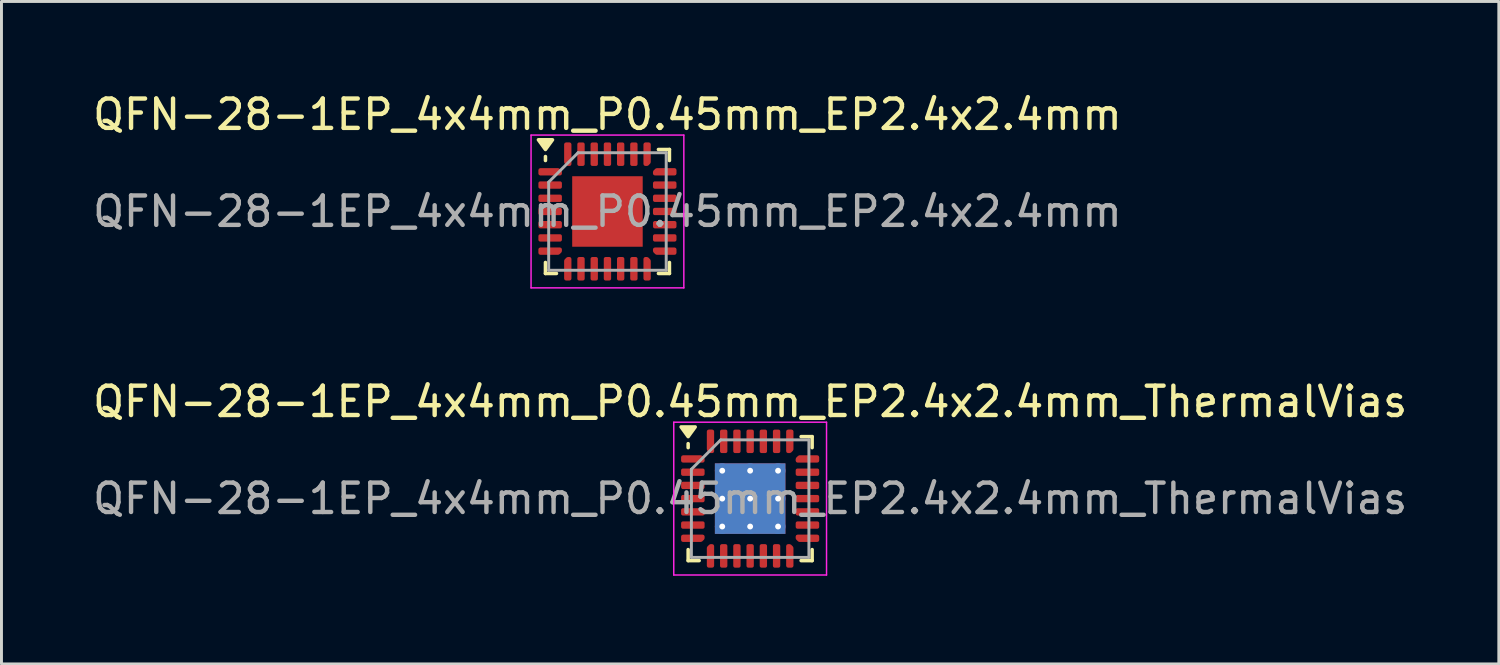
<source format=kicad_pcb>
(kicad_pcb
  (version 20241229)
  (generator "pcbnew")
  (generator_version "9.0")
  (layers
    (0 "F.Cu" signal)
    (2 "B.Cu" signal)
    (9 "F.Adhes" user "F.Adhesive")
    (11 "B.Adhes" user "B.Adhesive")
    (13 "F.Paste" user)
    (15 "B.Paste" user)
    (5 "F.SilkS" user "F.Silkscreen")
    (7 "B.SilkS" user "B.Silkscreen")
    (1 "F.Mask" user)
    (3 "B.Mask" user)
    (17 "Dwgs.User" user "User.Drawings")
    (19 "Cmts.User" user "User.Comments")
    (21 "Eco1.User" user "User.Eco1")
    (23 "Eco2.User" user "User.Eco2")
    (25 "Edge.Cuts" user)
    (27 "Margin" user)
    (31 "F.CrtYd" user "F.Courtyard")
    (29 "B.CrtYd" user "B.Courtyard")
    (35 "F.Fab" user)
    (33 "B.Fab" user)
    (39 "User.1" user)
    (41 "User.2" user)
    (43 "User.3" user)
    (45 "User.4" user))
  (footprint "QFN-28-1EP_4x4mm_P0.45mm_EP2.4x2.4mm"
    (layer "F.Cu")
    (at 17.625 4.148)
    (property "Reference" "QFN-28-1EP_4x4mm_P0.45mm_EP2.4x2.4mm" (at 0 -3.3 0) (layer "F.SilkS") (effects (font (size 1 1) (thickness 0.15))))
    (attr smd)
    (fp_line (start -2.11 -1.735) (end -2.11 -1.87) (stroke (width 0.12) (type solid)) (layer "F.SilkS"))
    (fp_line (start -2.11 2.11) (end -2.11 1.735) (stroke (width 0.12) (type solid)) (layer "F.SilkS"))
    (fp_line (start -1.735 2.11) (end -2.11 2.11) (stroke (width 0.12) (type solid)) (layer "F.SilkS"))
    (fp_line (start 1.735 -2.11) (end 2.11 -2.11) (stroke (width 0.12) (type solid)) (layer "F.SilkS"))
    (fp_line (start 1.735 2.11) (end 2.11 2.11) (stroke (width 0.12) (type solid)) (layer "F.SilkS"))
    (fp_line (start 2.11 -2.11) (end 2.11 -1.735) (stroke (width 0.12) (type solid)) (layer "F.SilkS"))
    (fp_line (start 2.11 2.11) (end 2.11 1.735) (stroke (width 0.12) (type solid)) (layer "F.SilkS"))
    (fp_poly (pts (xy -2.11 -2.11) (xy -2.35 -2.44) (xy -1.87 -2.44) (xy -2.11 -2.11)) (stroke (width 0.12) (type solid)) (fill yes) (layer "F.SilkS"))
    (fp_line (start -2.6 -2.6) (end -2.6 2.6) (stroke (width 0.05) (type solid)) (layer "F.CrtYd"))
    (fp_line (start -2.6 2.6) (end 2.6 2.6) (stroke (width 0.05) (type solid)) (layer "F.CrtYd"))
    (fp_line (start 2.6 -2.6) (end -2.6 -2.6) (stroke (width 0.05) (type solid)) (layer "F.CrtYd"))
    (fp_line (start 2.6 2.6) (end 2.6 -2.6) (stroke (width 0.05) (type solid)) (layer "F.CrtYd"))
    (fp_line (start -2 -1) (end -1 -2) (stroke (width 0.1) (type solid)) (layer "F.Fab"))
    (fp_line (start -2 2) (end -2 -1) (stroke (width 0.1) (type solid)) (layer "F.Fab"))
    (fp_line (start -1 -2) (end 2 -2) (stroke (width 0.1) (type solid)) (layer "F.Fab"))
    (fp_line (start 2 -2) (end 2 2) (stroke (width 0.1) (type solid)) (layer "F.Fab"))
    (fp_line (start 2 2) (end -2 2) (stroke (width 0.1) (type solid)) (layer "F.Fab"))
    (fp_text user "${REFERENCE}" (at 0 0 0) (layer "F.Fab") (effects (font (size 1 1) (thickness 0.15))))
    (pad "" smd roundrect (at -0.6 -0.6) (size 0.97 0.97) (layers "F.Paste") (roundrect_rratio 0.25))
    (pad "" smd roundrect (at -0.6 0.6) (size 0.97 0.97) (layers "F.Paste") (roundrect_rratio 0.25))
    (pad "" smd roundrect (at 0.6 -0.6) (size 0.97 0.97) (layers "F.Paste") (roundrect_rratio 0.25))
    (pad "" smd roundrect (at 0.6 0.6) (size 0.97 0.97) (layers "F.Paste") (roundrect_rratio 0.25))
    (pad "1" smd custom (at -1.95 -1.35) (size 0.179 0.179) (layers "F.Cu" "F.Mask" "F.Paste") (options (anchor circle)) (primitives (gr_poly (pts (xy -0.338 -0.062) (xy 0.274 -0.062) (xy 0.338 0.001) (xy 0.338 0.062) (xy -0.338 0.062)) (width 0.125) (fill yes))))
    (pad "2" smd roundrect (at -1.95 -0.9) (size 0.8 0.25) (layers "F.Cu" "F.Mask" "F.Paste") (roundrect_rratio 0.25))
    (pad "3" smd roundrect (at -1.95 -0.45) (size 0.8 0.25) (layers "F.Cu" "F.Mask" "F.Paste") (roundrect_rratio 0.25))
    (pad "4" smd roundrect (at -1.95 0) (size 0.8 0.25) (layers "F.Cu" "F.Mask" "F.Paste") (roundrect_rratio 0.25))
    (pad "5" smd roundrect (at -1.95 0.45) (size 0.8 0.25) (layers "F.Cu" "F.Mask" "F.Paste") (roundrect_rratio 0.25))
    (pad "6" smd roundrect (at -1.95 0.9) (size 0.8 0.25) (layers "F.Cu" "F.Mask" "F.Paste") (roundrect_rratio 0.25))
    (pad "7" smd custom (at -1.95 1.35) (size 0.179 0.179) (layers "F.Cu" "F.Mask" "F.Paste") (options (anchor circle)) (primitives (gr_poly (pts (xy -0.338 -0.062) (xy 0.338 -0.062) (xy 0.338 -0.001) (xy 0.274 0.062) (xy -0.338 0.062)) (width 0.125) (fill yes))))
    (pad "8" smd custom (at -1.35 1.95) (size 0.179 0.179) (layers "F.Cu" "F.Mask" "F.Paste") (options (anchor circle)) (primitives (gr_poly (pts (xy -0.062 -0.274) (xy 0.001 -0.338) (xy 0.062 -0.338) (xy 0.062 0.338) (xy -0.062 0.338)) (width 0.125) (fill yes))))
    (pad "9" smd roundrect (at -0.9 1.95) (size 0.25 0.8) (layers "F.Cu" "F.Mask" "F.Paste") (roundrect_rratio 0.25))
    (pad "10" smd roundrect (at -0.45 1.95) (size 0.25 0.8) (layers "F.Cu" "F.Mask" "F.Paste") (roundrect_rratio 0.25))
    (pad "11" smd roundrect (at 0 1.95) (size 0.25 0.8) (layers "F.Cu" "F.Mask" "F.Paste") (roundrect_rratio 0.25))
    (pad "12" smd roundrect (at 0.45 1.95) (size 0.25 0.8) (layers "F.Cu" "F.Mask" "F.Paste") (roundrect_rratio 0.25))
    (pad "13" smd roundrect (at 0.9 1.95) (size 0.25 0.8) (layers "F.Cu" "F.Mask" "F.Paste") (roundrect_rratio 0.25))
    (pad "14" smd custom (at 1.35 1.95) (size 0.179 0.179) (layers "F.Cu" "F.Mask" "F.Paste") (options (anchor circle)) (primitives (gr_poly (pts (xy -0.062 -0.338) (xy -0.001 -0.338) (xy 0.062 -0.274) (xy 0.062 0.338) (xy -0.062 0.338)) (width 0.125) (fill yes))))
    (pad "15" smd custom (at 1.95 1.35) (size 0.179 0.179) (layers "F.Cu" "F.Mask" "F.Paste") (options (anchor circle)) (primitives (gr_poly (pts (xy -0.338 -0.062) (xy 0.338 -0.062) (xy 0.338 0.062) (xy -0.274 0.062) (xy -0.338 -0.001)) (width 0.125) (fill yes))))
    (pad "16" smd roundrect (at 1.95 0.9) (size 0.8 0.25) (layers "F.Cu" "F.Mask" "F.Paste") (roundrect_rratio 0.25))
    (pad "17" smd roundrect (at 1.95 0.45) (size 0.8 0.25) (layers "F.Cu" "F.Mask" "F.Paste") (roundrect_rratio 0.25))
    (pad "18" smd roundrect (at 1.95 0) (size 0.8 0.25) (layers "F.Cu" "F.Mask" "F.Paste") (roundrect_rratio 0.25))
    (pad "19" smd roundrect (at 1.95 -0.45) (size 0.8 0.25) (layers "F.Cu" "F.Mask" "F.Paste") (roundrect_rratio 0.25))
    (pad "20" smd roundrect (at 1.95 -0.9) (size 0.8 0.25) (layers "F.Cu" "F.Mask" "F.Paste") (roundrect_rratio 0.25))
    (pad "21" smd custom (at 1.95 -1.35) (size 0.179 0.179) (layers "F.Cu" "F.Mask" "F.Paste") (options (anchor circle)) (primitives (gr_poly (pts (xy -0.338 0.001) (xy -0.274 -0.062) (xy 0.338 -0.062) (xy 0.338 0.062) (xy -0.338 0.062)) (width 0.125) (fill yes))))
    (pad "22" smd custom (at 1.35 -1.95) (size 0.179 0.179) (layers "F.Cu" "F.Mask" "F.Paste") (options (anchor circle)) (primitives (gr_poly (pts (xy -0.062 -0.338) (xy 0.062 -0.338) (xy 0.062 0.274) (xy -0.001 0.338) (xy -0.062 0.338)) (width 0.125) (fill yes))))
    (pad "23" smd roundrect (at 0.9 -1.95) (size 0.25 0.8) (layers "F.Cu" "F.Mask" "F.Paste") (roundrect_rratio 0.25))
    (pad "24" smd roundrect (at 0.45 -1.95) (size 0.25 0.8) (layers "F.Cu" "F.Mask" "F.Paste") (roundrect_rratio 0.25))
    (pad "25" smd roundrect (at 0 -1.95) (size 0.25 0.8) (layers "F.Cu" "F.Mask" "F.Paste") (roundrect_rratio 0.25))
    (pad "26" smd roundrect (at -0.45 -1.95) (size 0.25 0.8) (layers "F.Cu" "F.Mask" "F.Paste") (roundrect_rratio 0.25))
    (pad "27" smd roundrect (at -0.9 -1.95) (size 0.25 0.8) (layers "F.Cu" "F.Mask" "F.Paste") (roundrect_rratio 0.25))
    (pad "28" smd custom (at -1.35 -1.95) (size 0.179 0.179) (layers "F.Cu" "F.Mask" "F.Paste") (options (anchor circle)) (primitives (gr_poly (pts (xy -0.062 -0.338) (xy 0.062 -0.338) (xy 0.062 0.338) (xy 0.001 0.338) (xy -0.062 0.274)) (width 0.125) (fill yes))))
    (pad "29" smd rect (at 0 0) (size 2.4 2.4) (property pad_prop_heatsink) (layers "F.Cu" "F.Mask")))
  (footprint "QFN-28-1EP_4x4mm_P0.45mm_EP2.4x2.4mm_ThermalVias"
    (layer "F.Cu")
    (at 22.482 13.921)
    (property "Reference" "QFN-28-1EP_4x4mm_P0.45mm_EP2.4x2.4mm_ThermalVias" (at 0 -3.3 0) (layer "F.SilkS") (effects (font (size 1 1) (thickness 0.15))))
    (attr smd)
    (fp_line (start -2.11 -1.735) (end -2.11 -1.87) (stroke (width 0.12) (type solid)) (layer "F.SilkS"))
    (fp_line (start -2.11 2.11) (end -2.11 1.735) (stroke (width 0.12) (type solid)) (layer "F.SilkS"))
    (fp_line (start -1.735 2.11) (end -2.11 2.11) (stroke (width 0.12) (type solid)) (layer "F.SilkS"))
    (fp_line (start 1.735 -2.11) (end 2.11 -2.11) (stroke (width 0.12) (type solid)) (layer "F.SilkS"))
    (fp_line (start 1.735 2.11) (end 2.11 2.11) (stroke (width 0.12) (type solid)) (layer "F.SilkS"))
    (fp_line (start 2.11 -2.11) (end 2.11 -1.735) (stroke (width 0.12) (type solid)) (layer "F.SilkS"))
    (fp_line (start 2.11 2.11) (end 2.11 1.735) (stroke (width 0.12) (type solid)) (layer "F.SilkS"))
    (fp_poly (pts (xy -2.11 -2.11) (xy -2.35 -2.44) (xy -1.87 -2.44) (xy -2.11 -2.11)) (stroke (width 0.12) (type solid)) (fill yes) (layer "F.SilkS"))
    (fp_line (start -2.6 -2.6) (end -2.6 2.6) (stroke (width 0.05) (type solid)) (layer "F.CrtYd"))
    (fp_line (start -2.6 2.6) (end 2.6 2.6) (stroke (width 0.05) (type solid)) (layer "F.CrtYd"))
    (fp_line (start 2.6 -2.6) (end -2.6 -2.6) (stroke (width 0.05) (type solid)) (layer "F.CrtYd"))
    (fp_line (start 2.6 2.6) (end 2.6 -2.6) (stroke (width 0.05) (type solid)) (layer "F.CrtYd"))
    (fp_line (start -2 -1) (end -1 -2) (stroke (width 0.1) (type solid)) (layer "F.Fab"))
    (fp_line (start -2 2) (end -2 -1) (stroke (width 0.1) (type solid)) (layer "F.Fab"))
    (fp_line (start -1 -2) (end 2 -2) (stroke (width 0.1) (type solid)) (layer "F.Fab"))
    (fp_line (start 2 -2) (end 2 2) (stroke (width 0.1) (type solid)) (layer "F.Fab"))
    (fp_line (start 2 2) (end -2 2) (stroke (width 0.1) (type solid)) (layer "F.Fab"))
    (fp_text user "${REFERENCE}" (at 0 0 0) (layer "F.Fab") (effects (font (size 1 1) (thickness 0.15))))
    (pad "" smd roundrect (at -0.6 -0.6) (size 1.04 1.04) (layers "F.Paste") (roundrect_rratio 0.24))
    (pad "" smd roundrect (at -0.6 0.6) (size 1.04 1.04) (layers "F.Paste") (roundrect_rratio 0.24))
    (pad "" smd roundrect (at 0.6 -0.6) (size 1.04 1.04) (layers "F.Paste") (roundrect_rratio 0.24))
    (pad "" smd roundrect (at 0.6 0.6) (size 1.04 1.04) (layers "F.Paste") (roundrect_rratio 0.24))
    (pad "1" smd custom (at -1.95 -1.35) (size 0.179 0.179) (layers "F.Cu" "F.Mask" "F.Paste") (options (anchor circle)) (primitives (gr_poly (pts (xy -0.338 -0.062) (xy 0.274 -0.062) (xy 0.338 0.001) (xy 0.338 0.062) (xy -0.338 0.062)) (width 0.125) (fill yes))))
    (pad "2" smd roundrect (at -1.95 -0.9) (size 0.8 0.25) (layers "F.Cu" "F.Mask" "F.Paste") (roundrect_rratio 0.25))
    (pad "3" smd roundrect (at -1.95 -0.45) (size 0.8 0.25) (layers "F.Cu" "F.Mask" "F.Paste") (roundrect_rratio 0.25))
    (pad "4" smd roundrect (at -1.95 0) (size 0.8 0.25) (layers "F.Cu" "F.Mask" "F.Paste") (roundrect_rratio 0.25))
    (pad "5" smd roundrect (at -1.95 0.45) (size 0.8 0.25) (layers "F.Cu" "F.Mask" "F.Paste") (roundrect_rratio 0.25))
    (pad "6" smd roundrect (at -1.95 0.9) (size 0.8 0.25) (layers "F.Cu" "F.Mask" "F.Paste") (roundrect_rratio 0.25))
    (pad "7" smd custom (at -1.95 1.35) (size 0.179 0.179) (layers "F.Cu" "F.Mask" "F.Paste") (options (anchor circle)) (primitives (gr_poly (pts (xy -0.338 -0.062) (xy 0.338 -0.062) (xy 0.338 -0.001) (xy 0.274 0.062) (xy -0.338 0.062)) (width 0.125) (fill yes))))
    (pad "8" smd custom (at -1.35 1.95) (size 0.179 0.179) (layers "F.Cu" "F.Mask" "F.Paste") (options (anchor circle)) (primitives (gr_poly (pts (xy -0.062 -0.274) (xy 0.001 -0.338) (xy 0.062 -0.338) (xy 0.062 0.338) (xy -0.062 0.338)) (width 0.125) (fill yes))))
    (pad "9" smd roundrect (at -0.9 1.95) (size 0.25 0.8) (layers "F.Cu" "F.Mask" "F.Paste") (roundrect_rratio 0.25))
    (pad "10" smd roundrect (at -0.45 1.95) (size 0.25 0.8) (layers "F.Cu" "F.Mask" "F.Paste") (roundrect_rratio 0.25))
    (pad "11" smd roundrect (at 0 1.95) (size 0.25 0.8) (layers "F.Cu" "F.Mask" "F.Paste") (roundrect_rratio 0.25))
    (pad "12" smd roundrect (at 0.45 1.95) (size 0.25 0.8) (layers "F.Cu" "F.Mask" "F.Paste") (roundrect_rratio 0.25))
    (pad "13" smd roundrect (at 0.9 1.95) (size 0.25 0.8) (layers "F.Cu" "F.Mask" "F.Paste") (roundrect_rratio 0.25))
    (pad "14" smd custom (at 1.35 1.95) (size 0.179 0.179) (layers "F.Cu" "F.Mask" "F.Paste") (options (anchor circle)) (primitives (gr_poly (pts (xy -0.062 -0.338) (xy -0.001 -0.338) (xy 0.062 -0.274) (xy 0.062 0.338) (xy -0.062 0.338)) (width 0.125) (fill yes))))
    (pad "15" smd custom (at 1.95 1.35) (size 0.179 0.179) (layers "F.Cu" "F.Mask" "F.Paste") (options (anchor circle)) (primitives (gr_poly (pts (xy -0.338 -0.062) (xy 0.338 -0.062) (xy 0.338 0.062) (xy -0.274 0.062) (xy -0.338 -0.001)) (width 0.125) (fill yes))))
    (pad "16" smd roundrect (at 1.95 0.9) (size 0.8 0.25) (layers "F.Cu" "F.Mask" "F.Paste") (roundrect_rratio 0.25))
    (pad "17" smd roundrect (at 1.95 0.45) (size 0.8 0.25) (layers "F.Cu" "F.Mask" "F.Paste") (roundrect_rratio 0.25))
    (pad "18" smd roundrect (at 1.95 0) (size 0.8 0.25) (layers "F.Cu" "F.Mask" "F.Paste") (roundrect_rratio 0.25))
    (pad "19" smd roundrect (at 1.95 -0.45) (size 0.8 0.25) (layers "F.Cu" "F.Mask" "F.Paste") (roundrect_rratio 0.25))
    (pad "20" smd roundrect (at 1.95 -0.9) (size 0.8 0.25) (layers "F.Cu" "F.Mask" "F.Paste") (roundrect_rratio 0.25))
    (pad "21" smd custom (at 1.95 -1.35) (size 0.179 0.179) (layers "F.Cu" "F.Mask" "F.Paste") (options (anchor circle)) (primitives (gr_poly (pts (xy -0.338 0.001) (xy -0.274 -0.062) (xy 0.338 -0.062) (xy 0.338 0.062) (xy -0.338 0.062)) (width 0.125) (fill yes))))
    (pad "22" smd custom (at 1.35 -1.95) (size 0.179 0.179) (layers "F.Cu" "F.Mask" "F.Paste") (options (anchor circle)) (primitives (gr_poly (pts (xy -0.062 -0.338) (xy 0.062 -0.338) (xy 0.062 0.274) (xy -0.001 0.338) (xy -0.062 0.338)) (width 0.125) (fill yes))))
    (pad "23" smd roundrect (at 0.9 -1.95) (size 0.25 0.8) (layers "F.Cu" "F.Mask" "F.Paste") (roundrect_rratio 0.25))
    (pad "24" smd roundrect (at 0.45 -1.95) (size 0.25 0.8) (layers "F.Cu" "F.Mask" "F.Paste") (roundrect_rratio 0.25))
    (pad "25" smd roundrect (at 0 -1.95) (size 0.25 0.8) (layers "F.Cu" "F.Mask" "F.Paste") (roundrect_rratio 0.25))
    (pad "26" smd roundrect (at -0.45 -1.95) (size 0.25 0.8) (layers "F.Cu" "F.Mask" "F.Paste") (roundrect_rratio 0.25))
    (pad "27" smd roundrect (at -0.9 -1.95) (size 0.25 0.8) (layers "F.Cu" "F.Mask" "F.Paste") (roundrect_rratio 0.25))
    (pad "28" smd custom (at -1.35 -1.95) (size 0.179 0.179) (layers "F.Cu" "F.Mask" "F.Paste") (options (anchor circle)) (primitives (gr_poly (pts (xy -0.062 -0.338) (xy 0.062 -0.338) (xy 0.062 0.338) (xy 0.001 0.338) (xy -0.062 0.274)) (width 0.125) (fill yes))))
    (pad "29" thru_hole circle (at -0.95 -0.95) (size 0.5 0.5) (drill 0.2) (property pad_prop_heatsink) (layers "*.Cu"))
    (pad "29" thru_hole circle (at -0.95 0) (size 0.5 0.5) (drill 0.2) (property pad_prop_heatsink) (layers "*.Cu"))
    (pad "29" thru_hole circle (at -0.95 0.95) (size 0.5 0.5) (drill 0.2) (property pad_prop_heatsink) (layers "*.Cu"))
    (pad "29" thru_hole circle (at 0 -0.95) (size 0.5 0.5) (drill 0.2) (property pad_prop_heatsink) (layers "*.Cu"))
    (pad "29" thru_hole circle (at 0 0) (size 0.5 0.5) (drill 0.2) (property pad_prop_heatsink) (layers "*.Cu"))
    (pad "29" smd rect (at 0 0) (size 2.4 2.4) (property pad_prop_heatsink) (layers "F.Cu" "F.Mask"))
    (pad "29" smd rect (at 0 0) (size 2.4 2.4) (property pad_prop_heatsink) (layers "B.Cu"))
    (pad "29" thru_hole circle (at 0 0.95) (size 0.5 0.5) (drill 0.2) (property pad_prop_heatsink) (layers "*.Cu"))
    (pad "29" thru_hole circle (at 0.95 -0.95) (size 0.5 0.5) (drill 0.2) (property pad_prop_heatsink) (layers "*.Cu"))
    (pad "29" thru_hole circle (at 0.95 0) (size 0.5 0.5) (drill 0.2) (property pad_prop_heatsink) (layers "*.Cu"))
    (pad "29" thru_hole circle (at 0.95 0.95) (size 0.5 0.5) (drill 0.2) (property pad_prop_heatsink) (layers "*.Cu")))
  (gr_rect
    (start -3 -3)
    (end 47.964 19.547)
    (stroke (width 0.1) (type default))
    (fill no)
    (layer "Edge.Cuts")))
</source>
